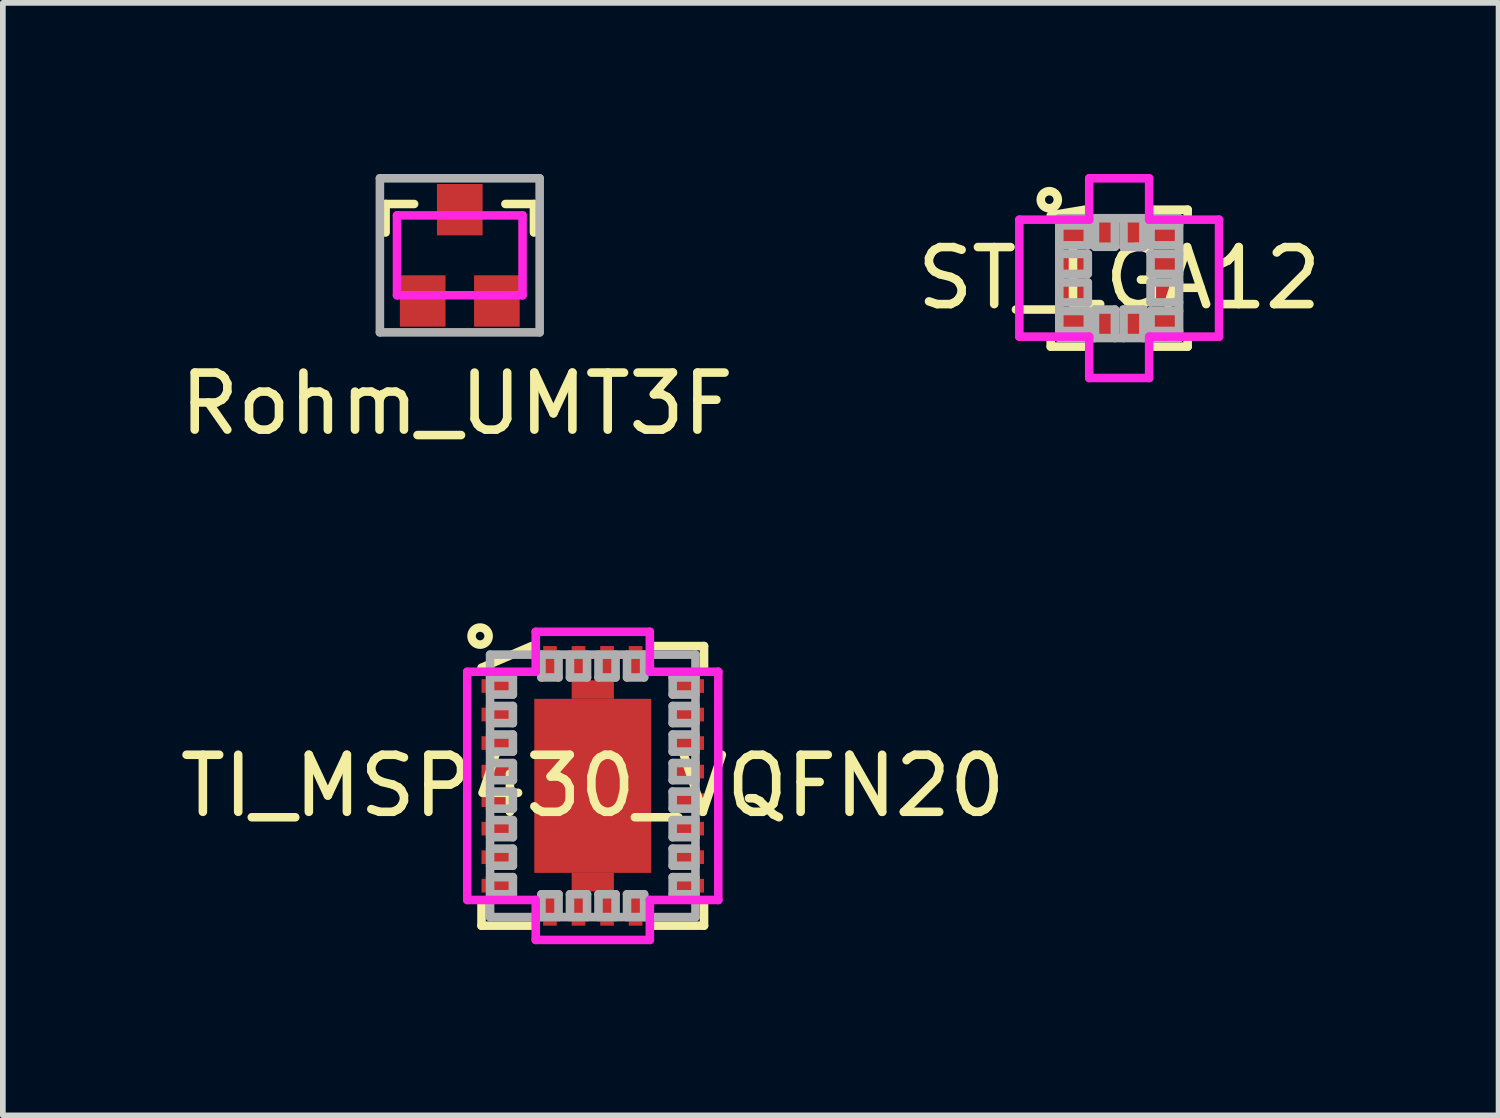
<source format=kicad_pcb>
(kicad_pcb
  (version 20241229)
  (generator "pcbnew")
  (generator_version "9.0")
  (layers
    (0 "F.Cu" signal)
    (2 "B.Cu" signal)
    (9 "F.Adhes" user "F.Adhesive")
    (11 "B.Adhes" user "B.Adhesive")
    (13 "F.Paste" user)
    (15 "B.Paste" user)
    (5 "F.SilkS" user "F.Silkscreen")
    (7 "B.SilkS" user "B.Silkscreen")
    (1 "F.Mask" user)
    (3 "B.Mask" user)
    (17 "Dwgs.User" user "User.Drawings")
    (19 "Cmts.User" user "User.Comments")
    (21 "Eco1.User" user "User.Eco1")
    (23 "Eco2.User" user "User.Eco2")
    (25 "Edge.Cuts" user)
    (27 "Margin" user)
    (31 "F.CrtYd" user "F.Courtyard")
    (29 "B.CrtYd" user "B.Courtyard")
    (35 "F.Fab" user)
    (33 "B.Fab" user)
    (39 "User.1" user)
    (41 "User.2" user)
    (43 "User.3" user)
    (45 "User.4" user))
  (footprint "ST_LGA12"
    (layer "F.Cu")
    (at 16.565 1.825)
    (property "Reference" "ST_LGA12" (at 0 0 0) (layer "F.SilkS") (effects (font (size 1 1) (thickness 0.15))))
    (attr through_hole)
    (fp_line (start -1.2 -1.1) (end -0.6 -1.2) (stroke (width 0.15) (type solid)) (layer "F.SilkS"))
    (fp_line (start -1.2 1.2) (end -1.2 1.1) (stroke (width 0.15) (type solid)) (layer "F.SilkS"))
    (fp_line (start -0.6 1.2) (end -1.2 1.2) (stroke (width 0.15) (type solid)) (layer "F.SilkS"))
    (fp_line (start 0.6 -1.2) (end 1.2 -1.2) (stroke (width 0.15) (type solid)) (layer "F.SilkS"))
    (fp_line (start 1.2 -1.2) (end 1.2 -1.1) (stroke (width 0.15) (type solid)) (layer "F.SilkS"))
    (fp_line (start 1.2 1.1) (end 1.2 1.2) (stroke (width 0.15) (type solid)) (layer "F.SilkS"))
    (fp_line (start 1.2 1.2) (end 0.6 1.2) (stroke (width 0.15) (type solid)) (layer "F.SilkS"))
    (fp_circle (center -1.225 -1.375) (end -1.225 -1.225) (stroke (width 0.15) (type solid)) (fill no) (layer "F.SilkS"))
    (fp_line (start -1.75 -1.025) (end -0.525 -1.025) (stroke (width 0.15) (type solid)) (layer "F.CrtYd"))
    (fp_line (start -1.75 1.025) (end -1.75 -1.025) (stroke (width 0.15) (type solid)) (layer "F.CrtYd"))
    (fp_line (start -0.525 -1.75) (end 0.525 -1.75) (stroke (width 0.15) (type solid)) (layer "F.CrtYd"))
    (fp_line (start -0.525 -1.025) (end -0.525 -1.75) (stroke (width 0.15) (type solid)) (layer "F.CrtYd"))
    (fp_line (start -0.525 1.025) (end -1.75 1.025) (stroke (width 0.15) (type solid)) (layer "F.CrtYd"))
    (fp_line (start -0.525 1.75) (end -0.525 1.025) (stroke (width 0.15) (type solid)) (layer "F.CrtYd"))
    (fp_line (start 0.525 -1.75) (end 0.525 -1.025) (stroke (width 0.15) (type solid)) (layer "F.CrtYd"))
    (fp_line (start 0.525 -1.025) (end 1.75 -1.025) (stroke (width 0.15) (type solid)) (layer "F.CrtYd"))
    (fp_line (start 0.525 1.025) (end 0.525 1.75) (stroke (width 0.15) (type solid)) (layer "F.CrtYd"))
    (fp_line (start 0.525 1.75) (end -0.525 1.75) (stroke (width 0.15) (type solid)) (layer "F.CrtYd"))
    (fp_line (start 1.75 -1.025) (end 1.75 1.025) (stroke (width 0.15) (type solid)) (layer "F.CrtYd"))
    (fp_line (start 1.75 1.025) (end 0.525 1.025) (stroke (width 0.15) (type solid)) (layer "F.CrtYd"))
    (fp_line (start -1.05 -1.05) (end 1.05 -1.05) (stroke (width 0.15) (type solid)) (layer "F.Fab"))
    (fp_line (start -1.05 -0.925) (end -0.55 -0.925) (stroke (width 0.15) (type solid)) (layer "F.Fab"))
    (fp_line (start -1.05 -0.425) (end -0.55 -0.425) (stroke (width 0.15) (type solid)) (layer "F.Fab"))
    (fp_line (start -1.05 0.075) (end -0.55 0.075) (stroke (width 0.15) (type solid)) (layer "F.Fab"))
    (fp_line (start -1.05 0.575) (end -0.55 0.575) (stroke (width 0.15) (type solid)) (layer "F.Fab"))
    (fp_line (start -1.05 1.05) (end -1.05 -1.05) (stroke (width 0.15) (type solid)) (layer "F.Fab"))
    (fp_line (start -0.55 -0.925) (end -0.55 -0.575) (stroke (width 0.15) (type solid)) (layer "F.Fab"))
    (fp_line (start -0.55 -0.575) (end -1.05 -0.575) (stroke (width 0.15) (type solid)) (layer "F.Fab"))
    (fp_line (start -0.55 -0.425) (end -0.55 -0.075) (stroke (width 0.15) (type solid)) (layer "F.Fab"))
    (fp_line (start -0.55 -0.075) (end -1.05 -0.075) (stroke (width 0.15) (type solid)) (layer "F.Fab"))
    (fp_line (start -0.55 0.075) (end -0.55 0.425) (stroke (width 0.15) (type solid)) (layer "F.Fab"))
    (fp_line (start -0.55 0.425) (end -1.05 0.425) (stroke (width 0.15) (type solid)) (layer "F.Fab"))
    (fp_line (start -0.55 0.575) (end -0.55 0.925) (stroke (width 0.15) (type solid)) (layer "F.Fab"))
    (fp_line (start -0.55 0.925) (end -1.05 0.925) (stroke (width 0.15) (type solid)) (layer "F.Fab"))
    (fp_line (start -0.425 -0.55) (end -0.425 -1.05) (stroke (width 0.15) (type solid)) (layer "F.Fab"))
    (fp_line (start -0.425 0.55) (end -0.075 0.55) (stroke (width 0.15) (type solid)) (layer "F.Fab"))
    (fp_line (start -0.425 1.05) (end -0.425 0.55) (stroke (width 0.15) (type solid)) (layer "F.Fab"))
    (fp_line (start -0.075 -1.05) (end -0.075 -0.55) (stroke (width 0.15) (type solid)) (layer "F.Fab"))
    (fp_line (start -0.075 -0.55) (end -0.425 -0.55) (stroke (width 0.15) (type solid)) (layer "F.Fab"))
    (fp_line (start -0.075 0.55) (end -0.075 1.05) (stroke (width 0.15) (type solid)) (layer "F.Fab"))
    (fp_line (start 0.075 -0.55) (end 0.075 -1.05) (stroke (width 0.15) (type solid)) (layer "F.Fab"))
    (fp_line (start 0.075 0.55) (end 0.425 0.55) (stroke (width 0.15) (type solid)) (layer "F.Fab"))
    (fp_line (start 0.075 1.05) (end 0.075 0.55) (stroke (width 0.15) (type solid)) (layer "F.Fab"))
    (fp_line (start 0.425 -1.05) (end 0.425 -0.55) (stroke (width 0.15) (type solid)) (layer "F.Fab"))
    (fp_line (start 0.425 -0.55) (end 0.075 -0.55) (stroke (width 0.15) (type solid)) (layer "F.Fab"))
    (fp_line (start 0.425 0.55) (end 0.425 1.05) (stroke (width 0.15) (type solid)) (layer "F.Fab"))
    (fp_line (start 0.55 -0.925) (end 1.05 -0.925) (stroke (width 0.15) (type solid)) (layer "F.Fab"))
    (fp_line (start 0.55 -0.575) (end 0.55 -0.925) (stroke (width 0.15) (type solid)) (layer "F.Fab"))
    (fp_line (start 0.55 -0.425) (end 1.05 -0.425) (stroke (width 0.15) (type solid)) (layer "F.Fab"))
    (fp_line (start 0.55 -0.075) (end 0.55 -0.425) (stroke (width 0.15) (type solid)) (layer "F.Fab"))
    (fp_line (start 0.55 0.075) (end 1.05 0.075) (stroke (width 0.15) (type solid)) (layer "F.Fab"))
    (fp_line (start 0.55 0.425) (end 0.55 0.075) (stroke (width 0.15) (type solid)) (layer "F.Fab"))
    (fp_line (start 0.55 0.575) (end 1.05 0.575) (stroke (width 0.15) (type solid)) (layer "F.Fab"))
    (fp_line (start 0.55 0.925) (end 0.55 0.575) (stroke (width 0.15) (type solid)) (layer "F.Fab"))
    (fp_line (start 1.05 -1.05) (end 1.05 1.05) (stroke (width 0.15) (type solid)) (layer "F.Fab"))
    (fp_line (start 1.05 -0.575) (end 0.55 -0.575) (stroke (width 0.15) (type solid)) (layer "F.Fab"))
    (fp_line (start 1.05 -0.075) (end 0.55 -0.075) (stroke (width 0.15) (type solid)) (layer "F.Fab"))
    (fp_line (start 1.05 0.425) (end 0.55 0.425) (stroke (width 0.15) (type solid)) (layer "F.Fab"))
    (fp_line (start 1.05 0.925) (end 0.55 0.925) (stroke (width 0.15) (type solid)) (layer "F.Fab"))
    (fp_line (start 1.05 1.05) (end -1.05 1.05) (stroke (width 0.15) (type solid)) (layer "F.Fab"))
    (pad "1" smd rect (at -0.8 -0.75) (size 0.4 0.3) (layers "F.Cu" "F.Mask" "F.Paste"))
    (pad "2" smd rect (at -0.8 -0.25) (size 0.4 0.3) (layers "F.Cu" "F.Mask" "F.Paste"))
    (pad "3" smd rect (at -0.8 0.25) (size 0.4 0.3) (layers "F.Cu" "F.Mask" "F.Paste"))
    (pad "4" smd rect (at -0.8 0.75) (size 0.4 0.3) (layers "F.Cu" "F.Mask" "F.Paste"))
    (pad "5" smd rect (at -0.25 0.8) (size 0.3 0.4) (layers "F.Cu" "F.Mask" "F.Paste"))
    (pad "6" smd rect (at 0.25 0.8) (size 0.3 0.4) (layers "F.Cu" "F.Mask" "F.Paste"))
    (pad "7" smd rect (at 0.8 0.75) (size 0.4 0.3) (layers "F.Cu" "F.Mask" "F.Paste"))
    (pad "8" smd rect (at 0.8 0.25) (size 0.4 0.3) (layers "F.Cu" "F.Mask" "F.Paste"))
    (pad "9" smd rect (at 0.8 -0.25) (size 0.4 0.3) (layers "F.Cu" "F.Mask" "F.Paste"))
    (pad "10" smd rect (at 0.8 -0.75) (size 0.4 0.3) (layers "F.Cu" "F.Mask" "F.Paste"))
    (pad "11" smd rect (at 0.25 -0.8) (size 0.3 0.4) (layers "F.Cu" "F.Mask" "F.Paste"))
    (pad "12" smd rect (at -0.25 -0.8) (size 0.3 0.4) (layers "F.Cu" "F.Mask" "F.Paste")))
  (footprint "Rohm_UMT3F"
    (layer "F.Cu")
    (at 5.008 1.425)
    (property "Reference" "Rohm_UMT3F" (at -0.05 2.6 0) (layer "F.SilkS") (effects (font (size 1 1) (thickness 0.15))))
    (attr through_hole)
    (fp_line (start -1.3 -0.9) (end -1.3 -0.4) (stroke (width 0.15) (type solid)) (layer "F.SilkS"))
    (fp_line (start -1.3 -0.9) (end -0.8 -0.9) (stroke (width 0.15) (type solid)) (layer "F.SilkS"))
    (fp_line (start 0.8 -0.9) (end 1.3 -0.9) (stroke (width 0.15) (type solid)) (layer "F.SilkS"))
    (fp_line (start 1.3 -0.9) (end 1.3 -0.4) (stroke (width 0.15) (type solid)) (layer "F.SilkS"))
    (fp_line (start -1.1 -0.7) (end -1.1 0.7) (stroke (width 0.15) (type solid)) (layer "F.CrtYd"))
    (fp_line (start -1.1 0.7) (end 1.1 0.7) (stroke (width 0.15) (type solid)) (layer "F.CrtYd"))
    (fp_line (start 1.1 -0.7) (end -1.1 -0.7) (stroke (width 0.15) (type solid)) (layer "F.CrtYd"))
    (fp_line (start 1.1 0.7) (end 1.1 -0.7) (stroke (width 0.15) (type solid)) (layer "F.CrtYd"))
    (fp_line (start -1.4 -1.35) (end 1.4 -1.35) (stroke (width 0.15) (type solid)) (layer "F.Fab"))
    (fp_line (start -1.4 1.35) (end -1.4 -1.35) (stroke (width 0.15) (type solid)) (layer "F.Fab"))
    (fp_line (start 1.4 -1.35) (end 1.4 1.35) (stroke (width 0.15) (type solid)) (layer "F.Fab"))
    (fp_line (start 1.4 1.35) (end -1.4 1.35) (stroke (width 0.15) (type solid)) (layer "F.Fab"))
    (pad "1" smd rect (at -0.65 0.8) (size 0.8 0.9) (layers "F.Cu" "F.Mask" "F.Paste"))
    (pad "2" smd rect (at 0.65 0.8) (size 0.8 0.9) (layers "F.Cu" "F.Mask" "F.Paste"))
    (pad "3" smd rect (at 0 -0.8) (size 0.8 0.9) (layers "F.Cu" "F.Mask" "F.Paste")))
  (footprint "TI_MSP430_VQFN20"
    (layer "F.Cu")
    (at 7.339 10.723)
    (property "Reference" "TI_MSP430_VQFN20" (at 0 0 0) (layer "F.SilkS") (effects (font (size 1 1) (thickness 0.15))))
    (attr through_hole)
    (fp_line (start -1.95 -2.07) (end -1.07 -2.45) (stroke (width 0.15) (type solid)) (layer "F.SilkS"))
    (fp_line (start -1.95 2.45) (end -1.95 2.07) (stroke (width 0.15) (type solid)) (layer "F.SilkS"))
    (fp_line (start -1.07 2.45) (end -1.95 2.45) (stroke (width 0.15) (type solid)) (layer "F.SilkS"))
    (fp_line (start 1.07 -2.45) (end 1.95 -2.45) (stroke (width 0.15) (type solid)) (layer "F.SilkS"))
    (fp_line (start 1.95 -2.45) (end 1.95 -2.07) (stroke (width 0.15) (type solid)) (layer "F.SilkS"))
    (fp_line (start 1.95 2.07) (end 1.95 2.45) (stroke (width 0.15) (type solid)) (layer "F.SilkS"))
    (fp_line (start 1.95 2.45) (end 1.07 2.45) (stroke (width 0.15) (type solid)) (layer "F.SilkS"))
    (fp_circle (center -1.975 -2.625) (end -1.975 -2.475) (stroke (width 0.15) (type solid)) (fill no) (layer "F.SilkS"))
    (fp_line (start -2.2 -2) (end -1 -2) (stroke (width 0.15) (type solid)) (layer "F.CrtYd"))
    (fp_line (start -2.2 2) (end -2.2 -2) (stroke (width 0.15) (type solid)) (layer "F.CrtYd"))
    (fp_line (start -1 -2.7) (end 1 -2.7) (stroke (width 0.15) (type solid)) (layer "F.CrtYd"))
    (fp_line (start -1 -2) (end -1 -2.7) (stroke (width 0.15) (type solid)) (layer "F.CrtYd"))
    (fp_line (start -1 2) (end -2.2 2) (stroke (width 0.15) (type solid)) (layer "F.CrtYd"))
    (fp_line (start -1 2.7) (end -1 2) (stroke (width 0.15) (type solid)) (layer "F.CrtYd"))
    (fp_line (start 1 -2.7) (end 1 -2) (stroke (width 0.15) (type solid)) (layer "F.CrtYd"))
    (fp_line (start 1 -2) (end 2.2 -2) (stroke (width 0.15) (type solid)) (layer "F.CrtYd"))
    (fp_line (start 1 2) (end 1 2.7) (stroke (width 0.15) (type solid)) (layer "F.CrtYd"))
    (fp_line (start 1 2.7) (end -1 2.7) (stroke (width 0.15) (type solid)) (layer "F.CrtYd"))
    (fp_line (start 2.2 -2) (end 2.2 2) (stroke (width 0.15) (type solid)) (layer "F.CrtYd"))
    (fp_line (start 2.2 2) (end 1 2) (stroke (width 0.15) (type solid)) (layer "F.CrtYd"))
    (fp_line (start -1.8 -2.3) (end 1.8 -2.3) (stroke (width 0.15) (type solid)) (layer "F.Fab"))
    (fp_line (start -1.8 -1.9) (end -1.4 -1.9) (stroke (width 0.15) (type solid)) (layer "F.Fab"))
    (fp_line (start -1.8 -1.4) (end -1.4 -1.4) (stroke (width 0.15) (type solid)) (layer "F.Fab"))
    (fp_line (start -1.8 -0.9) (end -1.4 -0.9) (stroke (width 0.15) (type solid)) (layer "F.Fab"))
    (fp_line (start -1.8 -0.4) (end -1.4 -0.4) (stroke (width 0.15) (type solid)) (layer "F.Fab"))
    (fp_line (start -1.8 0.1) (end -1.4 0.1) (stroke (width 0.15) (type solid)) (layer "F.Fab"))
    (fp_line (start -1.8 0.6) (end -1.4 0.6) (stroke (width 0.15) (type solid)) (layer "F.Fab"))
    (fp_line (start -1.8 1.1) (end -1.4 1.1) (stroke (width 0.15) (type solid)) (layer "F.Fab"))
    (fp_line (start -1.8 1.6) (end -1.4 1.6) (stroke (width 0.15) (type solid)) (layer "F.Fab"))
    (fp_line (start -1.8 2.3) (end -1.8 -2.3) (stroke (width 0.15) (type solid)) (layer "F.Fab"))
    (fp_line (start -1.4 -1.9) (end -1.4 -1.6) (stroke (width 0.15) (type solid)) (layer "F.Fab"))
    (fp_line (start -1.4 -1.6) (end -1.8 -1.6) (stroke (width 0.15) (type solid)) (layer "F.Fab"))
    (fp_line (start -1.4 -1.4) (end -1.4 -1.1) (stroke (width 0.15) (type solid)) (layer "F.Fab"))
    (fp_line (start -1.4 -1.1) (end -1.8 -1.1) (stroke (width 0.15) (type solid)) (layer "F.Fab"))
    (fp_line (start -1.4 -0.9) (end -1.4 -0.6) (stroke (width 0.15) (type solid)) (layer "F.Fab"))
    (fp_line (start -1.4 -0.6) (end -1.8 -0.6) (stroke (width 0.15) (type solid)) (layer "F.Fab"))
    (fp_line (start -1.4 -0.4) (end -1.4 -0.1) (stroke (width 0.15) (type solid)) (layer "F.Fab"))
    (fp_line (start -1.4 -0.1) (end -1.8 -0.1) (stroke (width 0.15) (type solid)) (layer "F.Fab"))
    (fp_line (start -1.4 0.1) (end -1.4 0.4) (stroke (width 0.15) (type solid)) (layer "F.Fab"))
    (fp_line (start -1.4 0.4) (end -1.8 0.4) (stroke (width 0.15) (type solid)) (layer "F.Fab"))
    (fp_line (start -1.4 0.6) (end -1.4 0.9) (stroke (width 0.15) (type solid)) (layer "F.Fab"))
    (fp_line (start -1.4 0.9) (end -1.8 0.9) (stroke (width 0.15) (type solid)) (layer "F.Fab"))
    (fp_line (start -1.4 1.1) (end -1.4 1.4) (stroke (width 0.15) (type solid)) (layer "F.Fab"))
    (fp_line (start -1.4 1.4) (end -1.8 1.4) (stroke (width 0.15) (type solid)) (layer "F.Fab"))
    (fp_line (start -1.4 1.6) (end -1.4 1.9) (stroke (width 0.15) (type solid)) (layer "F.Fab"))
    (fp_line (start -1.4 1.9) (end -1.8 1.9) (stroke (width 0.15) (type solid)) (layer "F.Fab"))
    (fp_line (start -0.9 -1.9) (end -0.9 -2.3) (stroke (width 0.15) (type solid)) (layer "F.Fab"))
    (fp_line (start -0.9 1.9) (end -0.6 1.9) (stroke (width 0.15) (type solid)) (layer "F.Fab"))
    (fp_line (start -0.9 2.3) (end -0.9 1.9) (stroke (width 0.15) (type solid)) (layer "F.Fab"))
    (fp_line (start -0.6 -2.3) (end -0.6 -1.9) (stroke (width 0.15) (type solid)) (layer "F.Fab"))
    (fp_line (start -0.6 -1.9) (end -0.9 -1.9) (stroke (width 0.15) (type solid)) (layer "F.Fab"))
    (fp_line (start -0.6 1.9) (end -0.6 2.3) (stroke (width 0.15) (type solid)) (layer "F.Fab"))
    (fp_line (start -0.4 -1.9) (end -0.4 -2.3) (stroke (width 0.15) (type solid)) (layer "F.Fab"))
    (fp_line (start -0.4 1.9) (end -0.1 1.9) (stroke (width 0.15) (type solid)) (layer "F.Fab"))
    (fp_line (start -0.4 2.3) (end -0.4 1.9) (stroke (width 0.15) (type solid)) (layer "F.Fab"))
    (fp_line (start -0.1 -2.3) (end -0.1 -1.9) (stroke (width 0.15) (type solid)) (layer "F.Fab"))
    (fp_line (start -0.1 -1.9) (end -0.4 -1.9) (stroke (width 0.15) (type solid)) (layer "F.Fab"))
    (fp_line (start -0.1 1.9) (end -0.1 2.3) (stroke (width 0.15) (type solid)) (layer "F.Fab"))
    (fp_line (start 0.1 -1.9) (end 0.1 -2.3) (stroke (width 0.15) (type solid)) (layer "F.Fab"))
    (fp_line (start 0.1 1.9) (end 0.4 1.9) (stroke (width 0.15) (type solid)) (layer "F.Fab"))
    (fp_line (start 0.1 2.3) (end 0.1 1.9) (stroke (width 0.15) (type solid)) (layer "F.Fab"))
    (fp_line (start 0.4 -2.3) (end 0.4 -1.9) (stroke (width 0.15) (type solid)) (layer "F.Fab"))
    (fp_line (start 0.4 -1.9) (end 0.1 -1.9) (stroke (width 0.15) (type solid)) (layer "F.Fab"))
    (fp_line (start 0.4 1.9) (end 0.4 2.3) (stroke (width 0.15) (type solid)) (layer "F.Fab"))
    (fp_line (start 0.6 -1.9) (end 0.6 -2.3) (stroke (width 0.15) (type solid)) (layer "F.Fab"))
    (fp_line (start 0.6 1.9) (end 0.9 1.9) (stroke (width 0.15) (type solid)) (layer "F.Fab"))
    (fp_line (start 0.6 2.3) (end 0.6 1.9) (stroke (width 0.15) (type solid)) (layer "F.Fab"))
    (fp_line (start 0.9 -2.3) (end 0.9 -1.9) (stroke (width 0.15) (type solid)) (layer "F.Fab"))
    (fp_line (start 0.9 -1.9) (end 0.6 -1.9) (stroke (width 0.15) (type solid)) (layer "F.Fab"))
    (fp_line (start 0.9 1.9) (end 0.9 2.3) (stroke (width 0.15) (type solid)) (layer "F.Fab"))
    (fp_line (start 1.4 -1.9) (end 1.8 -1.9) (stroke (width 0.15) (type solid)) (layer "F.Fab"))
    (fp_line (start 1.4 -1.6) (end 1.4 -1.9) (stroke (width 0.15) (type solid)) (layer "F.Fab"))
    (fp_line (start 1.4 -1.4) (end 1.8 -1.4) (stroke (width 0.15) (type solid)) (layer "F.Fab"))
    (fp_line (start 1.4 -1.1) (end 1.4 -1.4) (stroke (width 0.15) (type solid)) (layer "F.Fab"))
    (fp_line (start 1.4 -0.9) (end 1.8 -0.9) (stroke (width 0.15) (type solid)) (layer "F.Fab"))
    (fp_line (start 1.4 -0.6) (end 1.4 -0.9) (stroke (width 0.15) (type solid)) (layer "F.Fab"))
    (fp_line (start 1.4 -0.4) (end 1.8 -0.4) (stroke (width 0.15) (type solid)) (layer "F.Fab"))
    (fp_line (start 1.4 -0.1) (end 1.4 -0.4) (stroke (width 0.15) (type solid)) (layer "F.Fab"))
    (fp_line (start 1.4 0.1) (end 1.8 0.1) (stroke (width 0.15) (type solid)) (layer "F.Fab"))
    (fp_line (start 1.4 0.4) (end 1.4 0.1) (stroke (width 0.15) (type solid)) (layer "F.Fab"))
    (fp_line (start 1.4 0.6) (end 1.8 0.6) (stroke (width 0.15) (type solid)) (layer "F.Fab"))
    (fp_line (start 1.4 0.9) (end 1.4 0.6) (stroke (width 0.15) (type solid)) (layer "F.Fab"))
    (fp_line (start 1.4 1.1) (end 1.8 1.1) (stroke (width 0.15) (type solid)) (layer "F.Fab"))
    (fp_line (start 1.4 1.4) (end 1.4 1.1) (stroke (width 0.15) (type solid)) (layer "F.Fab"))
    (fp_line (start 1.4 1.6) (end 1.8 1.6) (stroke (width 0.15) (type solid)) (layer "F.Fab"))
    (fp_line (start 1.4 1.9) (end 1.4 1.6) (stroke (width 0.15) (type solid)) (layer "F.Fab"))
    (fp_line (start 1.8 -2.3) (end 1.8 2.3) (stroke (width 0.15) (type solid)) (layer "F.Fab"))
    (fp_line (start 1.8 -1.6) (end 1.4 -1.6) (stroke (width 0.15) (type solid)) (layer "F.Fab"))
    (fp_line (start 1.8 -1.1) (end 1.4 -1.1) (stroke (width 0.15) (type solid)) (layer "F.Fab"))
    (fp_line (start 1.8 -0.6) (end 1.4 -0.6) (stroke (width 0.15) (type solid)) (layer "F.Fab"))
    (fp_line (start 1.8 -0.1) (end 1.4 -0.1) (stroke (width 0.15) (type solid)) (layer "F.Fab"))
    (fp_line (start 1.8 0.4) (end 1.4 0.4) (stroke (width 0.15) (type solid)) (layer "F.Fab"))
    (fp_line (start 1.8 0.9) (end 1.4 0.9) (stroke (width 0.15) (type solid)) (layer "F.Fab"))
    (fp_line (start 1.8 1.4) (end 1.4 1.4) (stroke (width 0.15) (type solid)) (layer "F.Fab"))
    (fp_line (start 1.8 1.9) (end 1.4 1.9) (stroke (width 0.15) (type solid)) (layer "F.Fab"))
    (fp_line (start 1.8 2.3) (end -1.8 2.3) (stroke (width 0.15) (type solid)) (layer "F.Fab"))
    (pad "1" smd rect (at -0.75 -2.15) (size 0.24 0.6) (layers "F.Cu" "F.Mask" "F.Paste"))
    (pad "2" smd rect (at -1.65 -1.75) (size 0.6 0.24) (layers "F.Cu" "F.Mask" "F.Paste"))
    (pad "3" smd rect (at -1.65 -1.25) (size 0.6 0.24) (layers "F.Cu" "F.Mask" "F.Paste"))
    (pad "4" smd rect (at -1.65 -0.75) (size 0.6 0.24) (layers "F.Cu" "F.Mask" "F.Paste"))
    (pad "5" smd rect (at -1.65 -0.25) (size 0.6 0.24) (layers "F.Cu" "F.Mask" "F.Paste"))
    (pad "6" smd rect (at -1.65 0.25) (size 0.6 0.24) (layers "F.Cu" "F.Mask" "F.Paste"))
    (pad "7" smd rect (at -1.65 0.75) (size 0.6 0.24) (layers "F.Cu" "F.Mask" "F.Paste"))
    (pad "8" smd rect (at -1.65 1.25) (size 0.6 0.24) (layers "F.Cu" "F.Mask" "F.Paste"))
    (pad "9" smd rect (at -1.65 1.75) (size 0.6 0.24) (layers "F.Cu" "F.Mask" "F.Paste"))
    (pad "10" smd rect (at -0.75 2.15) (size 0.24 0.6) (layers "F.Cu" "F.Mask" "F.Paste"))
    (pad "11" smd rect (at 0.75 2.15) (size 0.24 0.6) (layers "F.Cu" "F.Mask" "F.Paste"))
    (pad "12" smd rect (at 1.65 1.75) (size 0.6 0.24) (layers "F.Cu" "F.Mask" "F.Paste"))
    (pad "13" smd rect (at 1.65 1.25) (size 0.6 0.24) (layers "F.Cu" "F.Mask" "F.Paste"))
    (pad "14" smd rect (at 1.65 0.75) (size 0.6 0.24) (layers "F.Cu" "F.Mask" "F.Paste"))
    (pad "15" smd rect (at 1.65 0.25) (size 0.6 0.24) (layers "F.Cu" "F.Mask" "F.Paste"))
    (pad "16" smd rect (at 1.65 -0.25) (size 0.6 0.24) (layers "F.Cu" "F.Mask" "F.Paste"))
    (pad "17" smd rect (at 1.65 -0.75) (size 0.6 0.24) (layers "F.Cu" "F.Mask" "F.Paste"))
    (pad "18" smd rect (at 1.65 -1.25) (size 0.6 0.24) (layers "F.Cu" "F.Mask" "F.Paste"))
    (pad "19" smd rect (at 1.65 -1.75) (size 0.6 0.24) (layers "F.Cu" "F.Mask" "F.Paste"))
    (pad "20" smd rect (at 0.75 -2.15) (size 0.24 0.6) (layers "F.Cu" "F.Mask" "F.Paste"))
    (pad "21" smd rect (at -0.25 -2.15) (size 0.24 0.6) (layers "F.Cu" "F.Mask" "F.Paste"))
    (pad "21" smd rect (at -0.25 2.15) (size 0.24 0.6) (layers "F.Cu" "F.Mask" "F.Paste"))
    (pad "21" smd rect (at 0 -1.688) (size 0.74 0.325) (layers "F.Cu" "F.Mask" "F.Paste"))
    (pad "21" smd rect (at 0 0) (size 2.05 3.05) (layers "F.Cu" "F.Mask" "F.Paste"))
    (pad "21" smd rect (at 0 1.688) (size 0.74 0.325) (layers "F.Cu" "F.Mask" "F.Paste"))
    (pad "21" smd rect (at 0.25 -2.15) (size 0.24 0.6) (layers "F.Cu" "F.Mask" "F.Paste"))
    (pad "21" smd rect (at 0.25 2.15) (size 0.24 0.6) (layers "F.Cu" "F.Mask" "F.Paste")))
  (gr_rect
    (start -3 -3)
    (end 23.214 16.498)
    (stroke (width 0.1) (type default))
    (fill no)
    (layer "Edge.Cuts")))
</source>
